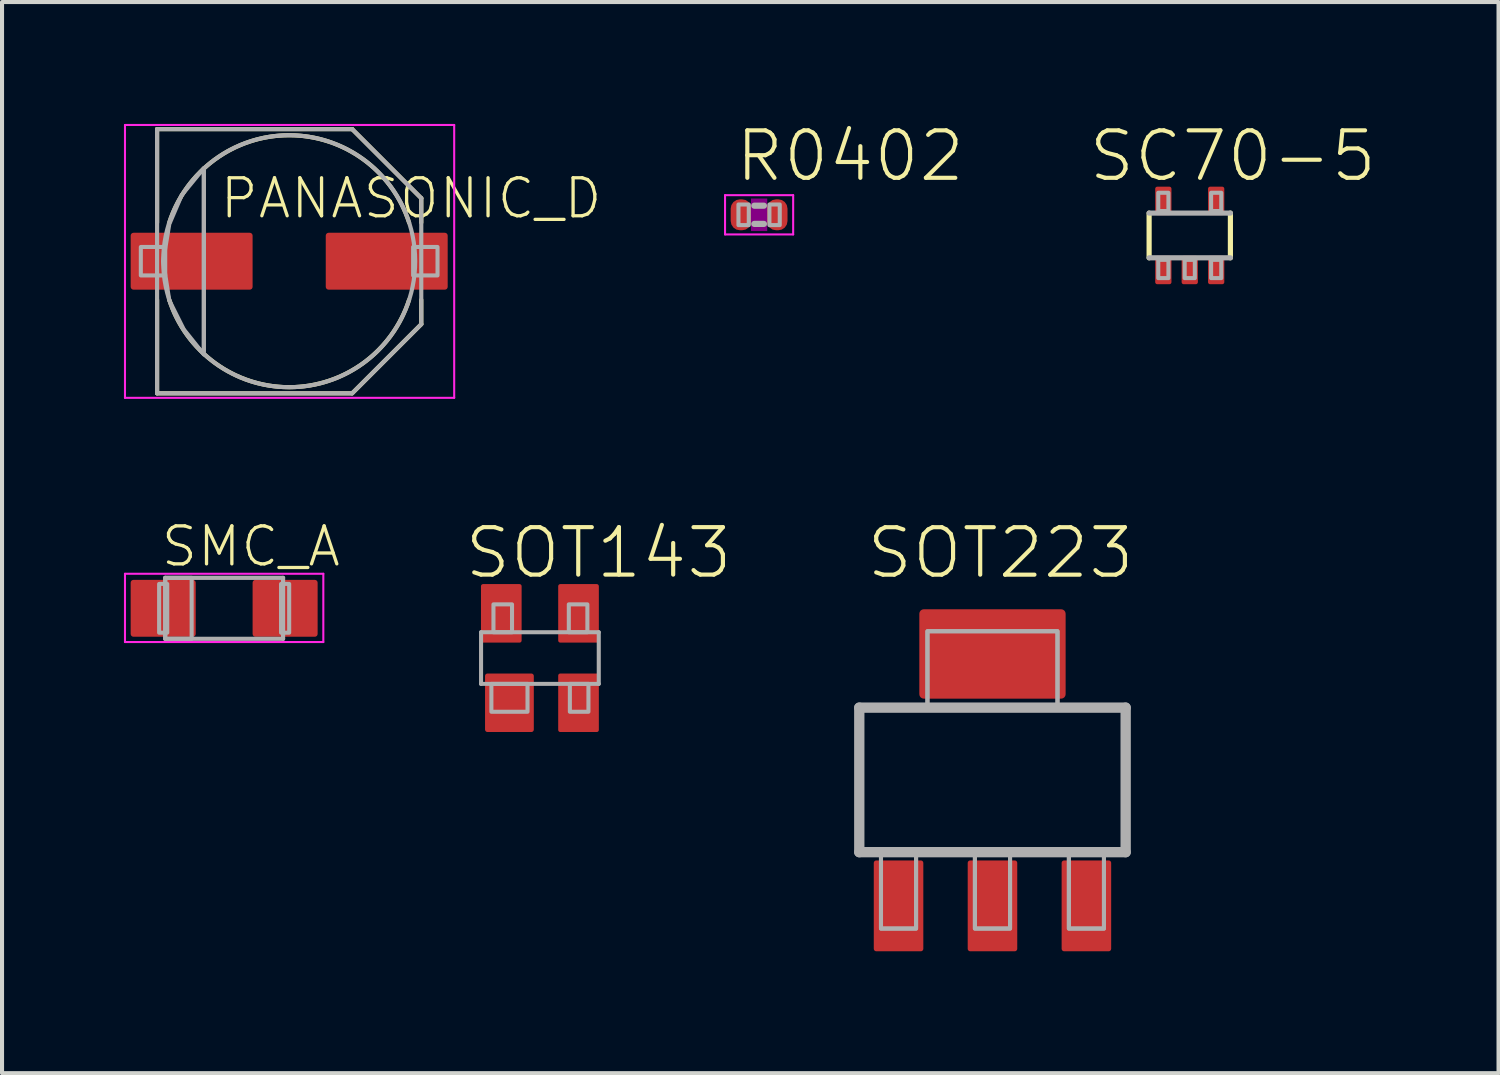
<source format=kicad_pcb>
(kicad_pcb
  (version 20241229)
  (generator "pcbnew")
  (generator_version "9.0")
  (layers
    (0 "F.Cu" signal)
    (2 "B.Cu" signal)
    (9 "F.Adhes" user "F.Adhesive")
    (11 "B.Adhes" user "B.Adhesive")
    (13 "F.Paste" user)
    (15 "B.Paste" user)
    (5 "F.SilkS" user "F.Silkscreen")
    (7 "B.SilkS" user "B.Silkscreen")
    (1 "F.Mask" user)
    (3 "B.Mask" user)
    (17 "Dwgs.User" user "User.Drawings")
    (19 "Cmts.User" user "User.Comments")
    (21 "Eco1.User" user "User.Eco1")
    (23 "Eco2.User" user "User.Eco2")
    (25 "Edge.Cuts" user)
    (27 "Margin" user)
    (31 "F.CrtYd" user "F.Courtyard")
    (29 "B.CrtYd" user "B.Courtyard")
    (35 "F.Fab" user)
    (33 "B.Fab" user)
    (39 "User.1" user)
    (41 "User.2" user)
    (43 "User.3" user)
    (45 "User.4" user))
  (footprint "SMC_A"
    (layer "F.Cu")
    (at 2.465 11.917)
    (property "Reference" "SMC_A" (at -1.6 -0.975 0) (unlocked yes) (layer "F.SilkS") (effects (font (size 0.935 0.935) (thickness 0.081)) (justify left bottom)))
    (fp_line (start -2.44 -0.85) (end 2.44 -0.85) (stroke (width 0.051) (type solid)) (layer "F.CrtYd"))
    (fp_line (start -2.44 0.83) (end -2.44 -0.85) (stroke (width 0.051) (type solid)) (layer "F.CrtYd"))
    (fp_line (start 2.44 -0.85) (end 2.44 0.83) (stroke (width 0.051) (type solid)) (layer "F.CrtYd"))
    (fp_line (start 2.44 0.83) (end -2.44 0.83) (stroke (width 0.051) (type solid)) (layer "F.CrtYd"))
    (fp_line (start -1.45 -0.75) (end 1.45 -0.75) (stroke (width 0.102) (type solid)) (layer "F.Fab"))
    (fp_line (start -1.45 0.75) (end -1.45 -0.75) (stroke (width 0.102) (type solid)) (layer "F.Fab"))
    (fp_line (start 1.45 -0.75) (end 1.45 0.75) (stroke (width 0.102) (type solid)) (layer "F.Fab"))
    (fp_line (start 1.45 0.75) (end -1.45 0.75) (stroke (width 0.102) (type solid)) (layer "F.Fab"))
    (fp_poly (pts (xy -1.6 0.6) (xy -1.4 0.6) (xy -1.4 -0.6) (xy -1.6 -0.6)) (stroke (width 0.1) (type default)) (fill no) (layer "F.Fab"))
    (fp_poly (pts (xy -1.45 0.75) (xy -0.8 0.75) (xy -0.8 -0.75) (xy -1.45 -0.75)) (stroke (width 0.1) (type default)) (fill no) (layer "F.Fab"))
    (fp_poly (pts (xy 1.6 -0.6) (xy 1.4 -0.6) (xy 1.4 0.6) (xy 1.6 0.6)) (stroke (width 0.1) (type default)) (fill no) (layer "F.Fab"))
    (pad "+" smd roundrect (at -1.5 0) (size 1.6 1.4) (layers "F.Cu" "F.Mask" "F.Paste") (roundrect_rratio 0.05))
    (pad "-" smd roundrect (at 1.5 0 180) (size 1.6 1.4) (layers "F.Cu" "F.Mask" "F.Paste") (roundrect_rratio 0.05)))
  (footprint "SOT143"
    (layer "F.Cu")
    (at 10.234 13.141)
    (property "Reference" "SOT143" (at -1.905 -1.905 0) (unlocked yes) (layer "F.SilkS") (effects (font (size 1.168 1.168) (thickness 0.102)) (justify left bottom)))
    (fp_line (start -1.448 -0.635) (end 1.448 -0.635) (stroke (width 0.1) (type solid)) (layer "F.Fab"))
    (fp_line (start -1.448 0.635) (end -1.448 -0.635) (stroke (width 0.1) (type solid)) (layer "F.Fab"))
    (fp_line (start -1.448 0.635) (end 1.448 0.635) (stroke (width 0.1) (type solid)) (layer "F.Fab"))
    (fp_line (start 1.448 0.635) (end 1.448 -0.635) (stroke (width 0.1) (type solid)) (layer "F.Fab"))
    (fp_poly (pts (xy -1.194 1.321) (xy -0.305 1.321) (xy -0.305 0.635) (xy -1.194 0.635)) (stroke (width 0.1) (type default)) (fill no) (layer "F.Fab"))
    (fp_poly (pts (xy -1.143 -0.635) (xy -0.686 -0.635) (xy -0.686 -1.321) (xy -1.143 -1.321)) (stroke (width 0.1) (type default)) (fill no) (layer "F.Fab"))
    (fp_poly (pts (xy 0.711 -0.635) (xy 1.168 -0.635) (xy 1.168 -1.321) (xy 0.711 -1.321)) (stroke (width 0.1) (type default)) (fill no) (layer "F.Fab"))
    (fp_poly (pts (xy 0.737 1.321) (xy 1.194 1.321) (xy 1.194 0.635) (xy 0.737 0.635)) (stroke (width 0.1) (type default)) (fill no) (layer "F.Fab"))
    (pad "1" smd roundrect (at -0.75 1.1) (size 1.2 1.44) (layers "F.Cu" "F.Mask" "F.Paste") (roundrect_rratio 0.05))
    (pad "2" smd roundrect (at 0.95 1.1) (size 1 1.44) (layers "F.Cu" "F.Mask" "F.Paste") (roundrect_rratio 0.051))
    (pad "3" smd roundrect (at 0.95 -1.1) (size 1 1.44) (layers "F.Cu" "F.Mask" "F.Paste") (roundrect_rratio 0.051))
    (pad "4" smd roundrect (at -0.95 -1.1) (size 1 1.44) (layers "F.Cu" "F.Mask" "F.Paste") (roundrect_rratio 0.051)))
  (footprint "PANASONIC_D"
    (layer "F.Cu")
    (at 4.065 3.377)
    (property "Reference" "PANASONIC_D" (at -1.75 -1 0) (unlocked yes) (layer "F.SilkS") (effects (font (size 0.935 0.935) (thickness 0.081)) (justify left bottom)))
    (fp_line (start -3.25 -3.25) (end 1.55 -3.25) (stroke (width 0.102) (type solid)) (layer "F.SilkS"))
    (fp_line (start -3.25 -0.95) (end -3.25 -3.25) (stroke (width 0.102) (type solid)) (layer "F.SilkS"))
    (fp_line (start -3.25 3.25) (end -3.25 0.95) (stroke (width 0.102) (type solid)) (layer "F.SilkS"))
    (fp_line (start 1.55 -3.25) (end 3.25 -1.55) (stroke (width 0.102) (type solid)) (layer "F.SilkS"))
    (fp_line (start 1.55 3.25) (end -3.25 3.25) (stroke (width 0.102) (type solid)) (layer "F.SilkS"))
    (fp_line (start 3.25 -1.55) (end 3.25 -0.95) (stroke (width 0.102) (type solid)) (layer "F.SilkS"))
    (fp_line (start 3.25 0.95) (end 3.25 1.55) (stroke (width 0.102) (type solid)) (layer "F.SilkS"))
    (fp_line (start 3.25 1.55) (end 1.55 3.25) (stroke (width 0.102) (type solid)) (layer "F.SilkS"))
    (fp_arc (start -2.95 -0.95) (mid 0 -3.099193) (end 2.95 -0.95) (stroke (width 0.1016) (type solid)) (layer "F.SilkS"))
    (fp_arc (start 2.95 0.95) (mid 0 3.099193) (end -2.95 0.95) (stroke (width 0.1016) (type solid)) (layer "F.SilkS"))
    (fp_line (start -4.04 -3.352) (end 4.06 -3.352) (stroke (width 0.051) (type solid)) (layer "F.CrtYd"))
    (fp_line (start -4.04 3.361) (end -4.04 -3.352) (stroke (width 0.051) (type solid)) (layer "F.CrtYd"))
    (fp_line (start 4.06 -3.352) (end 4.06 3.361) (stroke (width 0.051) (type solid)) (layer "F.CrtYd"))
    (fp_line (start 4.06 3.361) (end -4.04 3.361) (stroke (width 0.051) (type solid)) (layer "F.CrtYd"))
    (fp_line (start -3.25 -3.25) (end 1.55 -3.25) (stroke (width 0.102) (type solid)) (layer "F.Fab"))
    (fp_line (start -3.25 3.25) (end -3.25 -3.25) (stroke (width 0.102) (type solid)) (layer "F.Fab"))
    (fp_line (start -2.1 -2.25) (end -2.1 2.2) (stroke (width 0.102) (type solid)) (layer "F.Fab"))
    (fp_line (start 1.55 -3.25) (end 3.25 -1.55) (stroke (width 0.102) (type solid)) (layer "F.Fab"))
    (fp_line (start 1.55 3.25) (end -3.25 3.25) (stroke (width 0.102) (type solid)) (layer "F.Fab"))
    (fp_line (start 3.25 -1.55) (end 3.25 1.55) (stroke (width 0.102) (type solid)) (layer "F.Fab"))
    (fp_line (start 3.25 1.55) (end 1.55 3.25) (stroke (width 0.102) (type solid)) (layer "F.Fab"))
    (fp_circle (center 0 0) (end 3.1 0) (stroke (width 0.102) (type solid)) (fill no) (layer "F.Fab"))
    (fp_poly (pts (xy -3.65 0.35) (xy -3.05 0.35) (xy -3.05 -0.35) (xy -3.65 -0.35)) (stroke (width 0.1) (type default)) (fill no) (layer "F.Fab"))
    (fp_poly (pts (xy 3.05 0.35) (xy 3.65 0.35) (xy 3.65 -0.35) (xy 3.05 -0.35)) (stroke (width 0.1) (type default)) (fill no) (layer "F.Fab"))
    (fp_poly (pts (xy -2.099 2.295) (xy -2.593 1.678) (xy -2.949 0.966) (xy -3.101 -0.00022) (xy -2.949 -0.914) (xy -2.644 -1.627) (xy -2.099 -2.292)) (stroke (width 0.1) (type default)) (fill no) (layer "F.Fab"))
    (pad "+" smd roundrect (at 2.4 0) (size 3 1.4) (layers "F.Cu" "F.Mask" "F.Paste") (roundrect_rratio 0.05))
    (pad "-" smd roundrect (at -2.4 0) (size 3 1.4) (layers "F.Cu" "F.Mask" "F.Paste") (roundrect_rratio 0.05)))
  (footprint "R0402"
    (layer "F.Cu")
    (at 15.627 2.235)
    (property "Reference" "R0402" (at -0.635 -0.762 0) (unlocked yes) (layer "F.SilkS") (effects (font (size 1.168 1.168) (thickness 0.102)) (justify left bottom)))
    (fp_poly (pts (xy -0.2 0.4) (xy 0.2 0.4) (xy 0.2 -0.4) (xy -0.2 -0.4)) (stroke (width 0) (type default)) (fill yes) (layer "F.Adhes"))
    (fp_line (start -0.838 -0.483) (end 0.838 -0.483) (stroke (width 0.051) (type solid)) (layer "F.CrtYd"))
    (fp_line (start -0.838 0.483) (end -0.838 -0.483) (stroke (width 0.051) (type solid)) (layer "F.CrtYd"))
    (fp_line (start 0.838 -0.483) (end 0.838 0.483) (stroke (width 0.051) (type solid)) (layer "F.CrtYd"))
    (fp_line (start 0.838 0.483) (end -0.838 0.483) (stroke (width 0.051) (type solid)) (layer "F.CrtYd"))
    (fp_line (start -0.118 -0.224) (end 0.118 -0.224) (stroke (width 0.152) (type solid)) (layer "F.Fab"))
    (fp_line (start 0.118 0.224) (end -0.118 0.224) (stroke (width 0.152) (type solid)) (layer "F.Fab"))
    (fp_poly (pts (xy -0.508 0.254) (xy -0.254 0.254) (xy -0.254 -0.254) (xy -0.508 -0.254)) (stroke (width 0.1) (type default)) (fill no) (layer "F.Fab"))
    (fp_poly (pts (xy 0.254 0.254) (xy 0.508 0.254) (xy 0.508 -0.254) (xy 0.254 -0.254)) (stroke (width 0.1) (type default)) (fill no) (layer "F.Fab"))
    (pad "1" smd roundrect (at -0.445 0) (size 0.508 0.762) (layers "F.Cu" "F.Mask" "F.Paste") (roundrect_rratio 0.45))
    (pad "2" smd roundrect (at 0.445 0) (size 0.508 0.762) (layers "F.Cu" "F.Mask" "F.Paste") (roundrect_rratio 0.45)))
  (footprint "SOT223"
    (layer "F.Cu")
    (at 21.369 16.139)
    (property "Reference" "SOT223" (at -3.15 -4.902 0) (unlocked yes) (layer "F.SilkS") (effects (font (size 1.168 1.168) (thickness 0.102)) (justify left bottom)))
    (fp_line (start -3.277 -1.778) (end 3.277 -1.778) (stroke (width 0.203) (type solid)) (layer "F.SilkS"))
    (fp_line (start -3.277 1.778) (end -3.277 -1.778) (stroke (width 0.203) (type solid)) (layer "F.SilkS"))
    (fp_line (start 3.277 -1.778) (end 3.277 1.778) (stroke (width 0.203) (type solid)) (layer "F.SilkS"))
    (fp_line (start 3.277 1.778) (end -3.277 1.778) (stroke (width 0.203) (type solid)) (layer "F.SilkS"))
    (fp_line (start -3.277 -1.778) (end -3.277 1.778) (stroke (width 0.254) (type solid)) (layer "F.Fab"))
    (fp_line (start -3.277 1.778) (end 3.277 1.778) (stroke (width 0.254) (type solid)) (layer "F.Fab"))
    (fp_line (start 3.277 -1.778) (end -3.277 -1.778) (stroke (width 0.254) (type solid)) (layer "F.Fab"))
    (fp_line (start 3.277 1.778) (end 3.277 -1.778) (stroke (width 0.254) (type solid)) (layer "F.Fab"))
    (fp_poly (pts (xy -2.743 3.658) (xy -1.88 3.658) (xy -1.88 1.803) (xy -2.743 1.803)) (stroke (width 0.1) (type default)) (fill no) (layer "F.Fab"))
    (fp_poly (pts (xy -2.743 3.658) (xy -1.88 3.658) (xy -1.88 1.803) (xy -2.743 1.803)) (stroke (width 0.1) (type default)) (fill no) (layer "F.Fab"))
    (fp_poly (pts (xy -1.6 -1.803) (xy 1.6 -1.803) (xy 1.6 -3.658) (xy -1.6 -3.658)) (stroke (width 0.1) (type default)) (fill no) (layer "F.Fab"))
    (fp_poly (pts (xy -1.6 -1.803) (xy 1.6 -1.803) (xy 1.6 -3.658) (xy -1.6 -3.658)) (stroke (width 0.1) (type default)) (fill no) (layer "F.Fab"))
    (fp_poly (pts (xy -0.432 3.658) (xy 0.432 3.658) (xy 0.432 1.803) (xy -0.432 1.803)) (stroke (width 0.1) (type default)) (fill no) (layer "F.Fab"))
    (fp_poly (pts (xy -0.432 3.658) (xy 0.432 3.658) (xy 0.432 1.803) (xy -0.432 1.803)) (stroke (width 0.1) (type default)) (fill no) (layer "F.Fab"))
    (fp_poly (pts (xy 1.88 3.658) (xy 2.743 3.658) (xy 2.743 1.803) (xy 1.88 1.803)) (stroke (width 0.1) (type default)) (fill no) (layer "F.Fab"))
    (fp_poly (pts (xy 1.88 3.658) (xy 2.743 3.658) (xy 2.743 1.803) (xy 1.88 1.803)) (stroke (width 0.1) (type default)) (fill no) (layer "F.Fab"))
    (pad "1" smd roundrect (at -2.311 3.099) (size 1.219 2.235) (layers "F.Cu" "F.Mask" "F.Paste") (roundrect_rratio 0.05))
    (pad "2" smd roundrect (at 0 3.099) (size 1.219 2.235) (layers "F.Cu" "F.Mask" "F.Paste") (roundrect_rratio 0.05))
    (pad "3" smd roundrect (at 2.311 3.099) (size 1.219 2.235) (layers "F.Cu" "F.Mask" "F.Paste") (roundrect_rratio 0.05))
    (pad "4" smd roundrect (at 0 -3.099) (size 3.6 2.2) (layers "F.Cu" "F.Mask" "F.Paste") (roundrect_rratio 0.05)))
  (footprint "SC70-5"
    (layer "F.Cu")
    (at 26.223 2.743)
    (property "Reference" "SC70-5" (at -2.54 -1.27 0) (unlocked yes) (layer "F.SilkS") (effects (font (size 1.168 1.168) (thickness 0.102)) (justify left bottom)))
    (fp_line (start -1 -0.55) (end -1 0.55) (stroke (width 0.127) (type solid)) (layer "F.SilkS"))
    (fp_line (start 1 0.55) (end 1 -0.55) (stroke (width 0.127) (type solid)) (layer "F.SilkS"))
    (fp_line (start -1 0.55) (end 1 0.55) (stroke (width 0.127) (type solid)) (layer "F.Fab"))
    (fp_line (start 1 -0.55) (end -1 -0.55) (stroke (width 0.127) (type solid)) (layer "F.Fab"))
    (fp_poly (pts (xy -0.775 -0.6) (xy -0.525 -0.6) (xy -0.525 -1.05) (xy -0.775 -1.05)) (stroke (width 0.1) (type default)) (fill no) (layer "F.Fab"))
    (fp_poly (pts (xy -0.775 1.05) (xy -0.525 1.05) (xy -0.525 0.6) (xy -0.775 0.6)) (stroke (width 0.1) (type default)) (fill no) (layer "F.Fab"))
    (fp_poly (pts (xy -0.125 1.05) (xy 0.125 1.05) (xy 0.125 0.6) (xy -0.125 0.6)) (stroke (width 0.1) (type default)) (fill no) (layer "F.Fab"))
    (fp_poly (pts (xy 0.525 -0.6) (xy 0.775 -0.6) (xy 0.775 -1.05) (xy 0.525 -1.05)) (stroke (width 0.1) (type default)) (fill no) (layer "F.Fab"))
    (fp_poly (pts (xy 0.525 1.05) (xy 0.775 1.05) (xy 0.775 0.6) (xy 0.525 0.6)) (stroke (width 0.1) (type default)) (fill no) (layer "F.Fab"))
    (pad "1" smd roundrect (at -0.65 0.85) (size 0.4 0.7) (layers "F.Cu" "F.Mask" "F.Paste") (roundrect_rratio 0.127))
    (pad "2" smd roundrect (at 0 0.85) (size 0.4 0.7) (layers "F.Cu" "F.Mask" "F.Paste") (roundrect_rratio 0.127))
    (pad "3" smd roundrect (at 0.65 0.85) (size 0.4 0.7) (layers "F.Cu" "F.Mask" "F.Paste") (roundrect_rratio 0.127))
    (pad "4" smd roundrect (at 0.65 -0.85) (size 0.4 0.7) (layers "F.Cu" "F.Mask" "F.Paste") (roundrect_rratio 0.127))
    (pad "5" smd roundrect (at -0.65 -0.85) (size 0.4 0.7) (layers "F.Cu" "F.Mask" "F.Paste") (roundrect_rratio 0.127)))
  (gr_rect
    (start -3 -3)
    (end 33.82 23.355)
    (stroke (width 0.1) (type default))
    (fill no)
    (layer "Edge.Cuts")))
</source>
